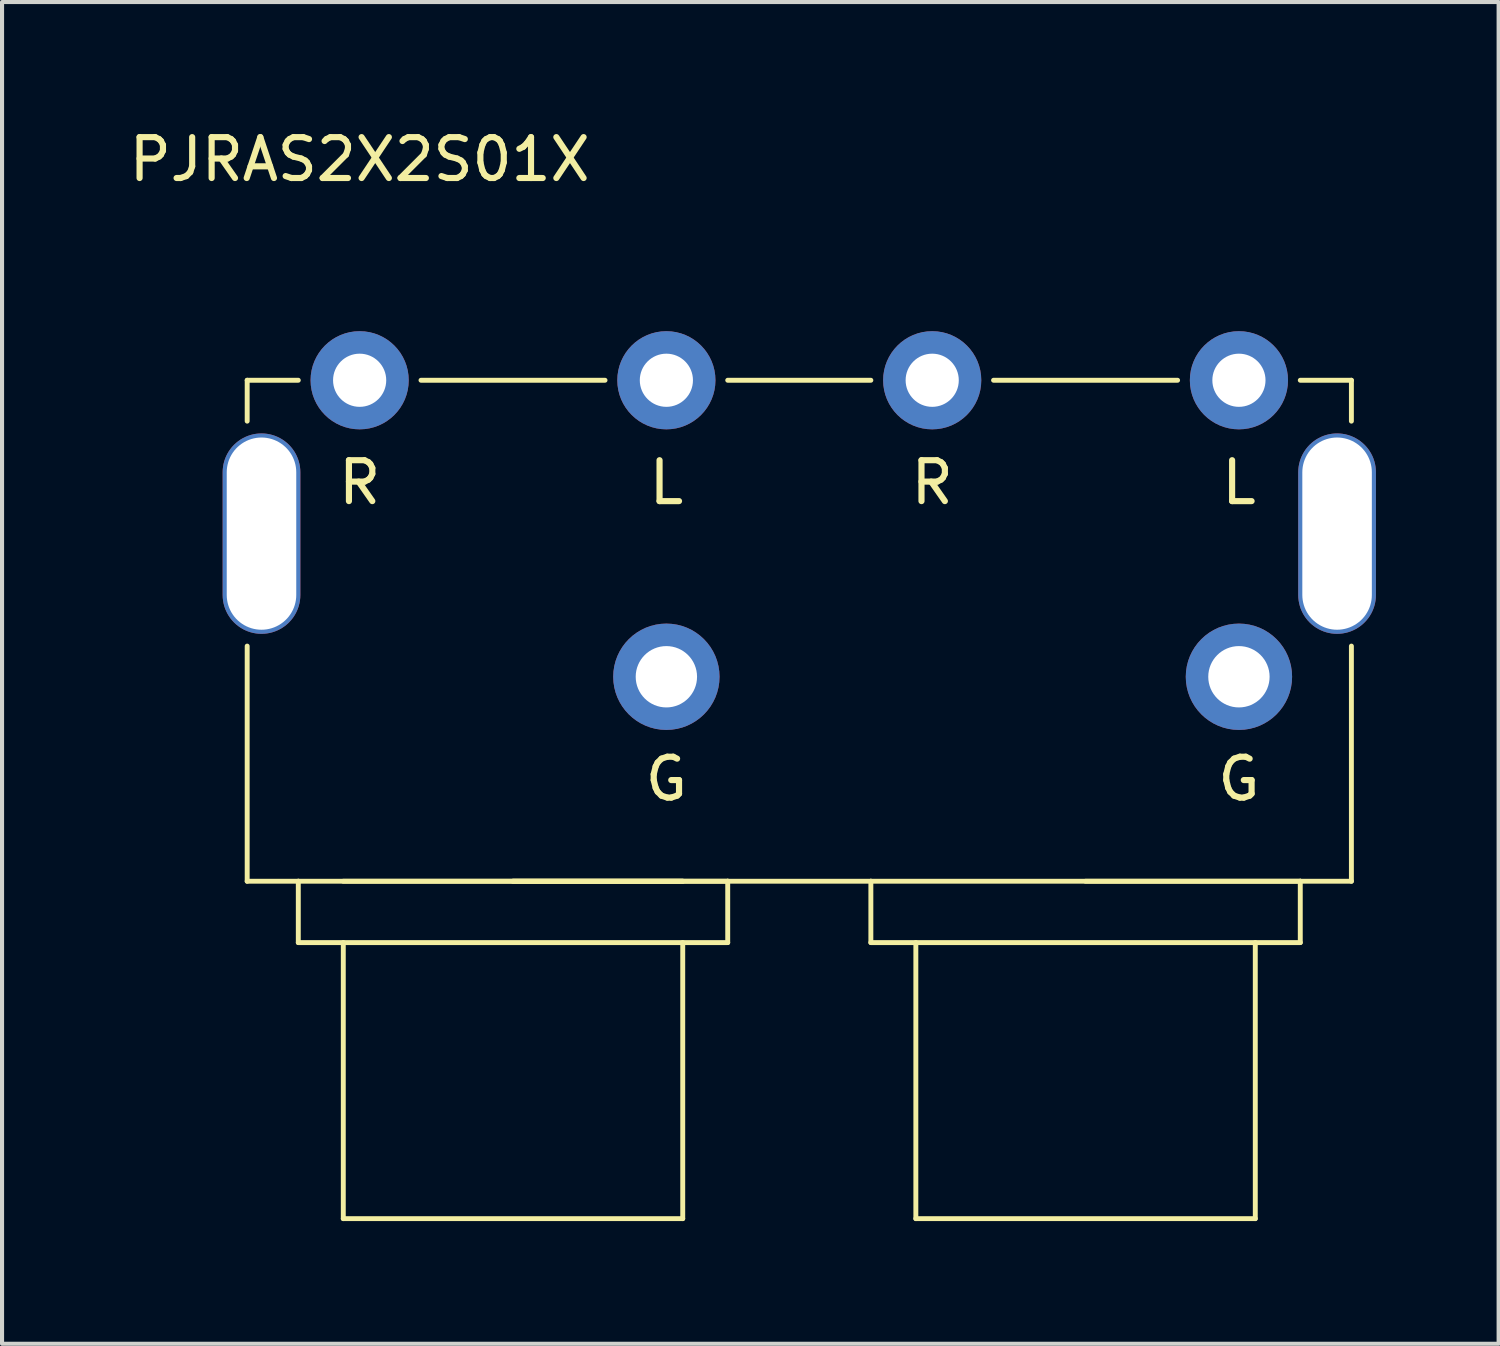
<source format=kicad_pcb>
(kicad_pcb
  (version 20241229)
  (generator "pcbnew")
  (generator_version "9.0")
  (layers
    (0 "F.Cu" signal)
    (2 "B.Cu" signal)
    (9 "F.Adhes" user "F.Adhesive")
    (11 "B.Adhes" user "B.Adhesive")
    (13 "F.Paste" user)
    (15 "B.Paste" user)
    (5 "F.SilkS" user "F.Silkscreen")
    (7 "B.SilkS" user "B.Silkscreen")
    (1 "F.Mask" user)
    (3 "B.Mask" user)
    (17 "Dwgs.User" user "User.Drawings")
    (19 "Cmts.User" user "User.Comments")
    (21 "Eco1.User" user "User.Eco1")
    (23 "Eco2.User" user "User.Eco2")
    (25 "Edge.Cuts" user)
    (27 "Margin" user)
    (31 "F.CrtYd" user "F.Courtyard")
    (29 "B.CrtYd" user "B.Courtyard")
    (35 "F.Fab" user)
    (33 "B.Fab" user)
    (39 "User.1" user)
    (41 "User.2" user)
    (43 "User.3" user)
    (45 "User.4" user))
  (footprint "PJRAS2X2S01X"
    (layer "F.Cu")
    (at 5.744 6.248)
    (property "Reference" "PJRAS2X2S01X" (at 0 -5.4 0) (layer "F.SilkS") (effects (font (size 1 1) (thickness 0.15))))
    (attr through_hole)
    (fp_line (start -2.75 1) (end -2.75 0) (stroke (width 0.12) (type solid)) (layer "F.SilkS"))
    (fp_line (start -2.75 6.5) (end -2.75 12.25) (stroke (width 0.12) (type solid)) (layer "F.SilkS"))
    (fp_line (start -2.75 12.25) (end -1.5 12.25) (stroke (width 0.12) (type solid)) (layer "F.SilkS"))
    (fp_line (start -1.5 0) (end -2.75 0) (stroke (width 0.12) (type solid)) (layer "F.SilkS"))
    (fp_line (start -1.5 12.25) (end -1.5 13.75) (stroke (width 0.12) (type solid)) (layer "F.SilkS"))
    (fp_line (start -0.4 13.75) (end -0.4 20.5) (stroke (width 0.12) (type solid)) (layer "F.SilkS"))
    (fp_line (start 1.5 0) (end 6 0) (stroke (width 0.12) (type solid)) (layer "F.SilkS"))
    (fp_line (start 3.75 12.25) (end 7.9 12.25) (stroke (width 0.12) (type solid)) (layer "F.SilkS"))
    (fp_line (start 3.75 12.25) (end 9 12.25) (stroke (width 0.12) (type solid)) (layer "F.SilkS"))
    (fp_line (start 7.9 12.25) (end -0.4 12.25) (stroke (width 0.12) (type solid)) (layer "F.SilkS"))
    (fp_line (start 7.9 13.75) (end 7.9 20.5) (stroke (width 0.12) (type solid)) (layer "F.SilkS"))
    (fp_line (start 7.9 20.5) (end -0.4 20.5) (stroke (width 0.12) (type solid)) (layer "F.SilkS"))
    (fp_line (start 9 0) (end 12.5 0) (stroke (width 0.12) (type solid)) (layer "F.SilkS"))
    (fp_line (start 9 12.25) (end -1.5 12.25) (stroke (width 0.12) (type solid)) (layer "F.SilkS"))
    (fp_line (start 9 12.25) (end 9 13.75) (stroke (width 0.12) (type solid)) (layer "F.SilkS"))
    (fp_line (start 9 13.75) (end -1.5 13.75) (stroke (width 0.12) (type solid)) (layer "F.SilkS"))
    (fp_line (start 12.5 12.25) (end 9 12.25) (stroke (width 0.12) (type solid)) (layer "F.SilkS"))
    (fp_line (start 12.5 12.25) (end 12.5 13.75) (stroke (width 0.12) (type solid)) (layer "F.SilkS"))
    (fp_line (start 12.5 13.75) (end 23 13.75) (stroke (width 0.12) (type solid)) (layer "F.SilkS"))
    (fp_line (start 13.6 13.75) (end 13.6 20.5) (stroke (width 0.12) (type solid)) (layer "F.SilkS"))
    (fp_line (start 13.6 20.5) (end 21.9 20.5) (stroke (width 0.12) (type solid)) (layer "F.SilkS"))
    (fp_line (start 15.5 0) (end 20 0) (stroke (width 0.12) (type solid)) (layer "F.SilkS"))
    (fp_line (start 17.75 12.25) (end 23 12.25) (stroke (width 0.12) (type solid)) (layer "F.SilkS"))
    (fp_line (start 21.9 20.5) (end 21.9 13.75) (stroke (width 0.12) (type solid)) (layer "F.SilkS"))
    (fp_line (start 23 0) (end 24.25 0) (stroke (width 0.12) (type solid)) (layer "F.SilkS"))
    (fp_line (start 23 12.25) (end 12.5 12.25) (stroke (width 0.12) (type solid)) (layer "F.SilkS"))
    (fp_line (start 23 12.25) (end 23 13.75) (stroke (width 0.12) (type solid)) (layer "F.SilkS"))
    (fp_line (start 24.25 1) (end 24.25 0) (stroke (width 0.12) (type solid)) (layer "F.SilkS"))
    (fp_line (start 24.25 6.5) (end 24.25 12.25) (stroke (width 0.12) (type solid)) (layer "F.SilkS"))
    (fp_line (start 24.25 12.25) (end 23 12.25) (stroke (width 0.12) (type solid)) (layer "F.SilkS"))
    (fp_text user "L" (at 21.5 2.5 0) (layer "F.SilkS") (effects (font (size 1 1) (thickness 0.15))))
    (fp_text user "L" (at 7.5 2.5 0) (layer "F.SilkS") (effects (font (size 1 1) (thickness 0.15))))
    (fp_text user "G" (at 21.5 9.75 0) (layer "F.SilkS") (effects (font (size 1 1) (thickness 0.15))))
    (fp_text user "G" (at 7.5 9.75 0) (layer "F.SilkS") (effects (font (size 1 1) (thickness 0.15))))
    (fp_text user "R" (at 0 2.5 0) (layer "F.SilkS") (effects (font (size 1 1) (thickness 0.15))))
    (fp_text user "R" (at 14 2.5 0) (layer "F.SilkS") (effects (font (size 1 1) (thickness 0.15))))
    (pad "0" thru_hole oval (at -2.4 3.75) (size 1.9 4.9) (drill oval 1.7 4.7) (layers "*.Cu" "*.Mask"))
    (pad "0" thru_hole oval (at 23.9 3.75) (size 1.9 4.9) (drill oval 1.7 4.7) (layers "*.Cu" "*.Mask"))
    (pad "1" thru_hole circle (at 0 0) (size 2.4 2.4) (drill 1.3) (layers "*.Cu" "*.Mask"))
    (pad "2" thru_hole circle (at 7.5 7.25) (size 2.6 2.6) (drill 1.5) (layers "*.Cu" "*.Mask"))
    (pad "3" thru_hole circle (at 7.5 0) (size 2.4 2.4) (drill 1.3) (layers "*.Cu" "*.Mask"))
    (pad "4" thru_hole circle (at 14 0) (size 2.4 2.4) (drill 1.3) (layers "*.Cu" "*.Mask"))
    (pad "5" thru_hole circle (at 21.5 7.25) (size 2.6 2.6) (drill 1.5) (layers "*.Cu" "*.Mask"))
    (pad "6" thru_hole circle (at 21.5 0) (size 2.4 2.4) (drill 1.3) (layers "*.Cu" "*.Mask")))
  (gr_rect
    (start -3 -3)
    (end 33.594 29.808)
    (stroke (width 0.1) (type default))
    (fill no)
    (layer "Edge.Cuts")))
</source>
